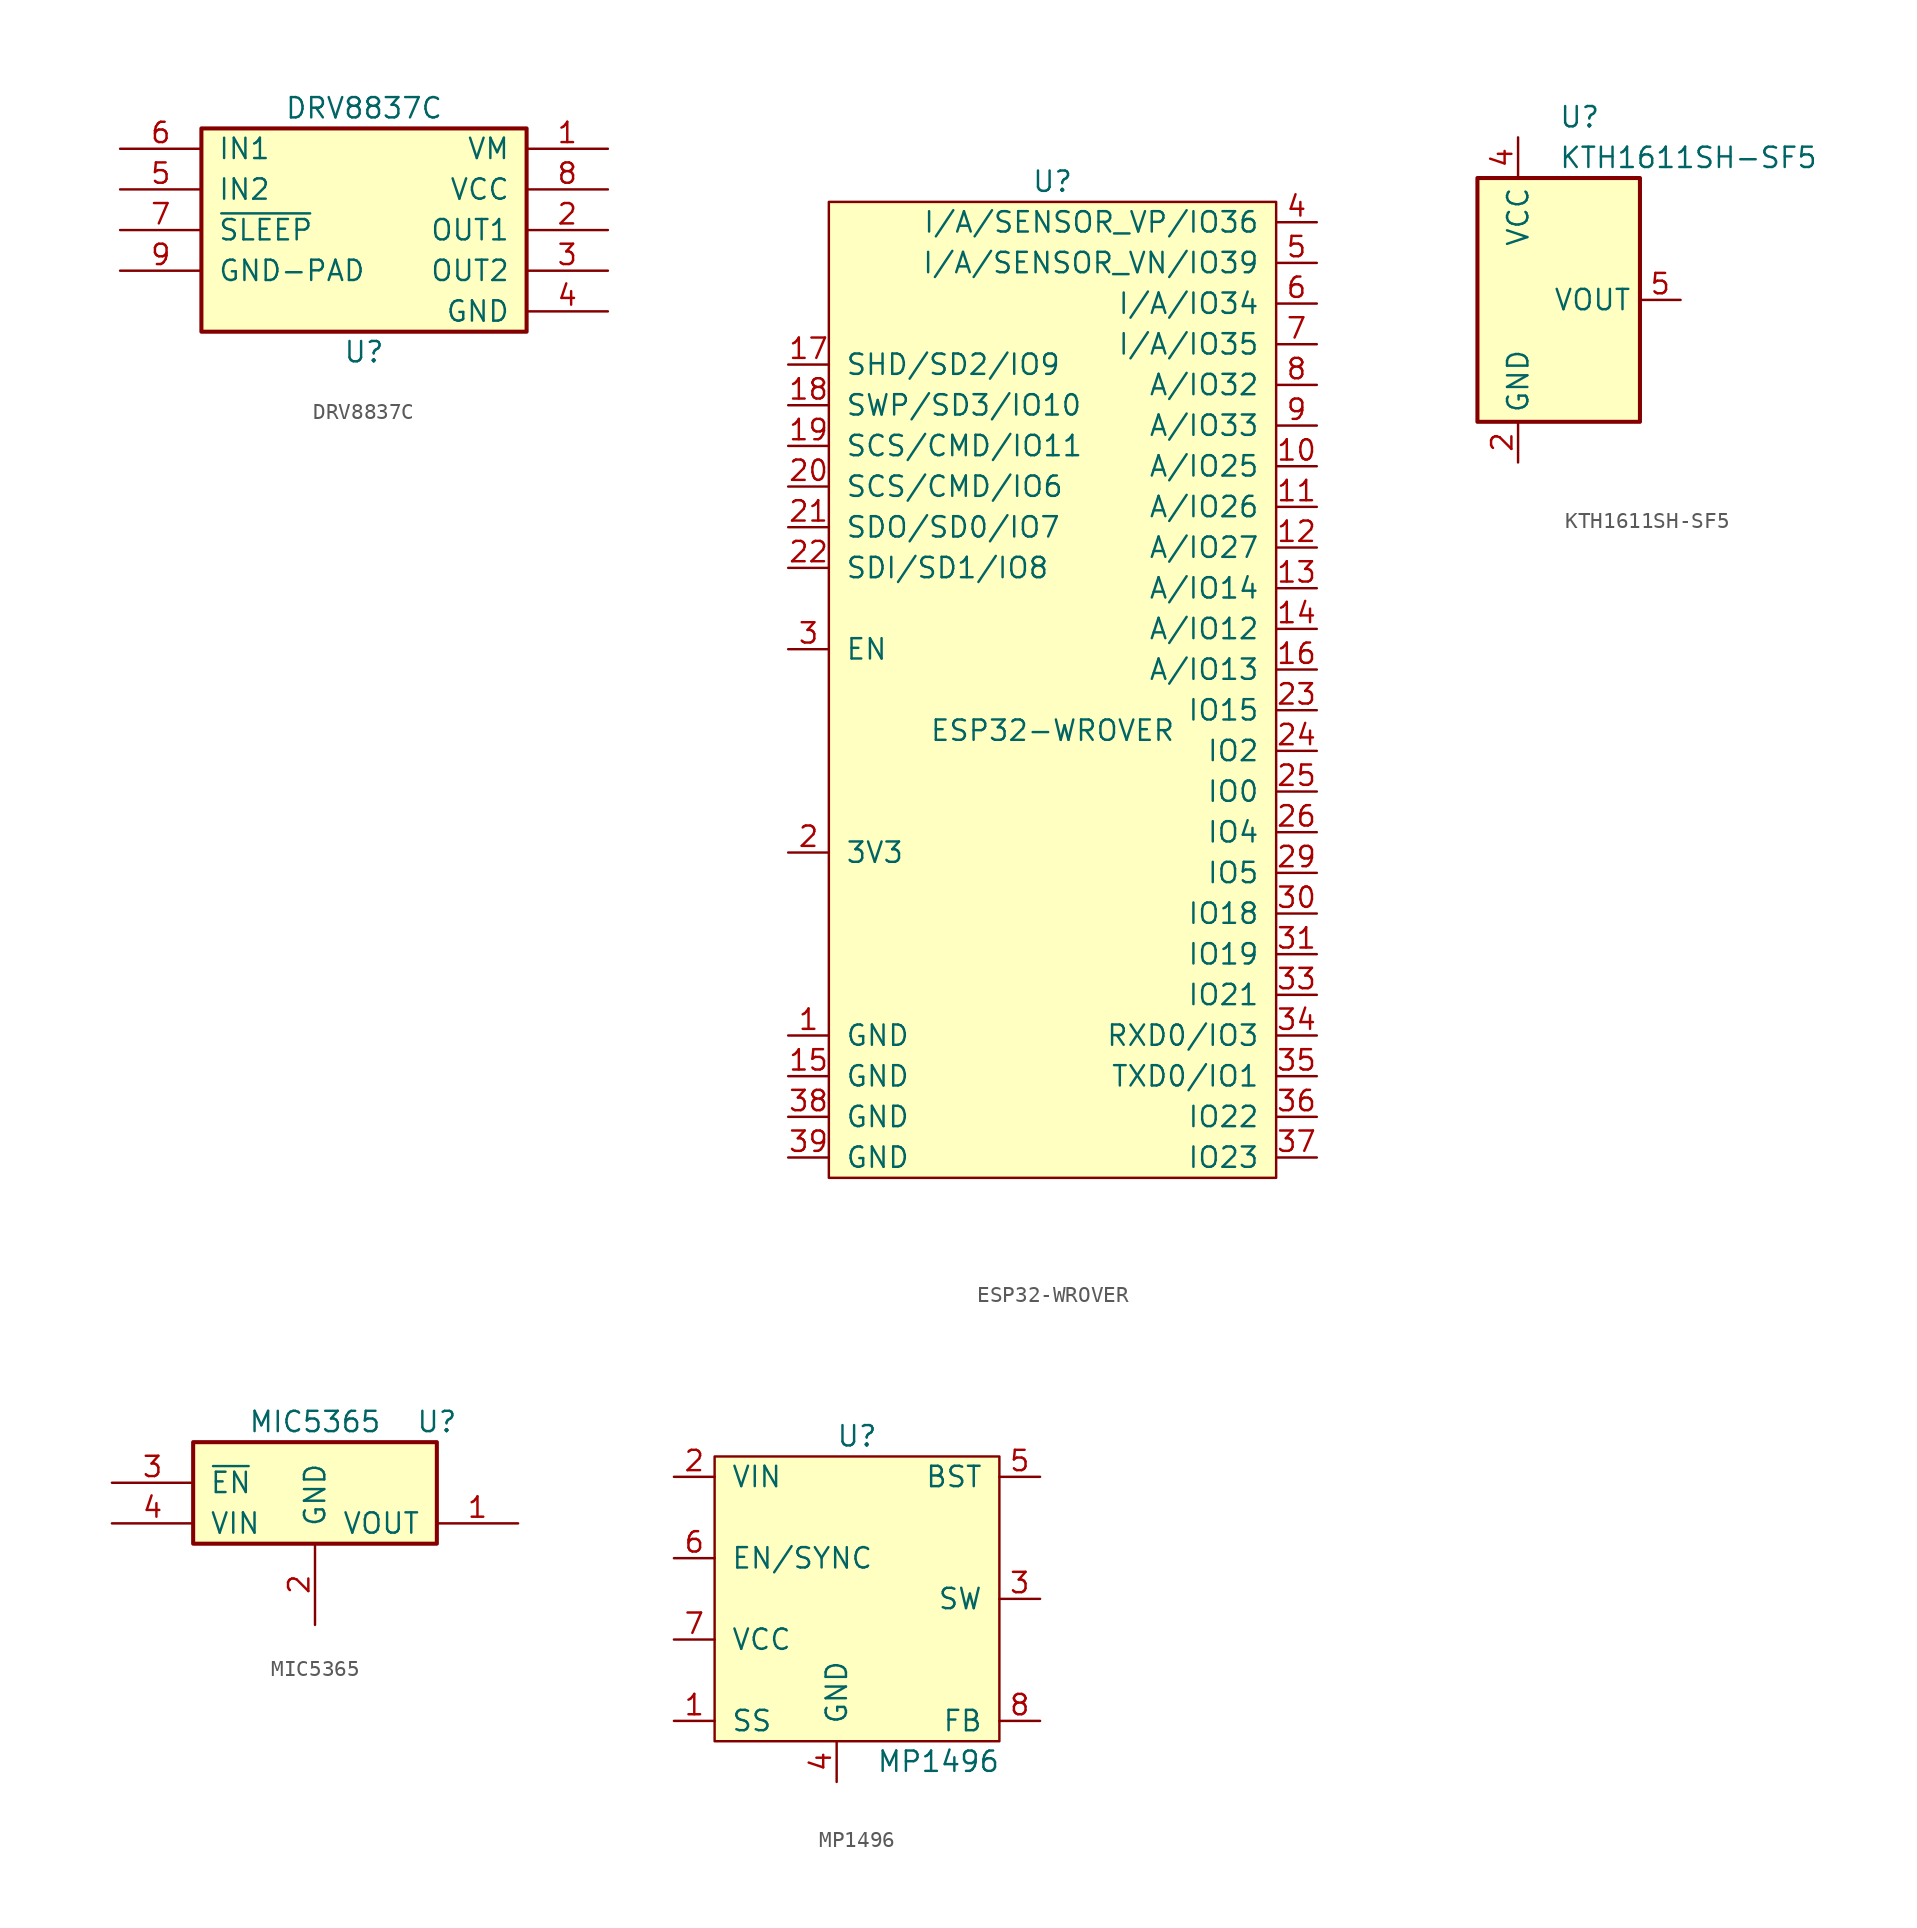
<source format=kicad_sym>
(kicad_symbol_lib
  (version 20211014)
  (generator kicad_symbol_editor)
  (symbol "DRV8837C"
    (pin_names
      (offset 1.016))
    (property "Reference" "U"
      (at 0 -7.62 0)
      (effects (font (size 1.27 1.27))))
    (property "Value" "DRV8837C"
      (at 0 7.62 0)
      (effects (font (size 1.27 1.27))))
    (symbol "DRV8837C_0_1"
      (rectangle (start -10.16 6.35) (end 10.16 -6.35) (stroke (width 0.254) (type default) (color 0 0 0 0)) (fill (type background))))
    (symbol "DRV8837C_1_1"
      (pin power_in line (at 15.24 5.08 180) (length 5.08) (name "VM" (effects (font (size 1.27 1.27)))) (number "1" (effects (font (size 1.27 1.27)))))
      (pin power_out line (at 15.24 0 180) (length 5.08) (name "OUT1" (effects (font (size 1.27 1.27)))) (number "2" (effects (font (size 1.27 1.27)))))
      (pin power_out line (at 15.24 -2.54 180) (length 5.08) (name "OUT2" (effects (font (size 1.27 1.27)))) (number "3" (effects (font (size 1.27 1.27)))))
      (pin power_in line (at 15.24 -5.08 180) (length 5.08) (name "GND" (effects (font (size 1.27 1.27)))) (number "4" (effects (font (size 1.27 1.27)))))
      (pin input line (at -15.24 2.54 0) (length 5.08) (name "IN2" (effects (font (size 1.27 1.27)))) (number "5" (effects (font (size 1.27 1.27)))))
      (pin input line (at -15.24 5.08 0) (length 5.08) (name "IN1" (effects (font (size 1.27 1.27)))) (number "6" (effects (font (size 1.27 1.27)))))
      (pin input line (at -15.24 0 0) (length 5.08) (name "~{SLEEP}" (effects (font (size 1.27 1.27)))) (number "7" (effects (font (size 1.27 1.27)))))
      (pin power_in line (at 15.24 2.54 180) (length 5.08) (name "VCC" (effects (font (size 1.27 1.27)))) (number "8" (effects (font (size 1.27 1.27)))))
      (pin power_in line (at -15.24 -2.54 0) (length 5.08) (name "GND-PAD" (effects (font (size 1.27 1.27)))) (number "9" (effects (font (size 1.27 1.27)))))))
  (symbol "ESP32-WROVER"
    (pin_names
      (offset 1.016))
    (property "Reference" "U"
      (at 0 31.75 0)
      (effects (font (size 1.27 1.27))))
    (property "Value" "ESP32-WROVER"
      (at 0 -2.54 0)
      (effects (font (size 1.27 1.27))))
    (symbol "ESP32-WROVER_0_1"
      (rectangle (start 13.97 30.48) (end -13.97 -30.48) (stroke (width 0) (type default) (color 0 0 0 0)) (fill (type background))))
    (symbol "ESP32-WROVER_1_1"
      (pin power_in line (at -16.51 -21.59 0) (length 2.54) (name "GND" (effects (font (size 1.27 1.27)))) (number "1" (effects (font (size 1.27 1.27)))))
      (pin bidirectional line (at 16.51 13.97 180) (length 2.54) (name "A/IO25" (effects (font (size 1.27 1.27)))) (number "10" (effects (font (size 1.27 1.27)))))
      (pin bidirectional line (at 16.51 11.43 180) (length 2.54) (name "A/IO26" (effects (font (size 1.27 1.27)))) (number "11" (effects (font (size 1.27 1.27)))))
      (pin bidirectional line (at 16.51 8.89 180) (length 2.54) (name "A/IO27" (effects (font (size 1.27 1.27)))) (number "12" (effects (font (size 1.27 1.27)))))
      (pin bidirectional line (at 16.51 6.35 180) (length 2.54) (name "A/IO14" (effects (font (size 1.27 1.27)))) (number "13" (effects (font (size 1.27 1.27)))))
      (pin bidirectional line (at 16.51 3.81 180) (length 2.54) (name "A/IO12" (effects (font (size 1.27 1.27)))) (number "14" (effects (font (size 1.27 1.27)))))
      (pin power_in line (at -16.51 -24.13 0) (length 2.54) (name "GND" (effects (font (size 1.27 1.27)))) (number "15" (effects (font (size 1.27 1.27)))))
      (pin bidirectional line (at 16.51 1.27 180) (length 2.54) (name "A/IO13" (effects (font (size 1.27 1.27)))) (number "16" (effects (font (size 1.27 1.27)))))
      (pin bidirectional line (at -16.51 20.32 0) (length 2.54) (name "SHD/SD2/IO9" (effects (font (size 1.27 1.27)))) (number "17" (effects (font (size 1.27 1.27)))))
      (pin bidirectional line (at -16.51 17.78 0) (length 2.54) (name "SWP/SD3/IO10" (effects (font (size 1.27 1.27)))) (number "18" (effects (font (size 1.27 1.27)))))
      (pin bidirectional line (at -16.51 15.24 0) (length 2.54) (name "SCS/CMD/IO11" (effects (font (size 1.27 1.27)))) (number "19" (effects (font (size 1.27 1.27)))))
      (pin power_in line (at -16.51 -10.16 0) (length 2.54) (name "3V3" (effects (font (size 1.27 1.27)))) (number "2" (effects (font (size 1.27 1.27)))))
      (pin bidirectional line (at -16.51 12.7 0) (length 2.54) (name "SCS/CMD/IO6" (effects (font (size 1.27 1.27)))) (number "20" (effects (font (size 1.27 1.27)))))
      (pin bidirectional line (at -16.51 10.16 0) (length 2.54) (name "SDO/SD0/IO7" (effects (font (size 1.27 1.27)))) (number "21" (effects (font (size 1.27 1.27)))))
      (pin bidirectional line (at -16.51 7.62 0) (length 2.54) (name "SDI/SD1/IO8" (effects (font (size 1.27 1.27)))) (number "22" (effects (font (size 1.27 1.27)))))
      (pin bidirectional line (at 16.51 -1.27 180) (length 2.54) (name "IO15" (effects (font (size 1.27 1.27)))) (number "23" (effects (font (size 1.27 1.27)))))
      (pin bidirectional line (at 16.51 -3.81 180) (length 2.54) (name "IO2" (effects (font (size 1.27 1.27)))) (number "24" (effects (font (size 1.27 1.27)))))
      (pin bidirectional line (at 16.51 -6.35 180) (length 2.54) (name "IO0" (effects (font (size 1.27 1.27)))) (number "25" (effects (font (size 1.27 1.27)))))
      (pin bidirectional line (at 16.51 -8.89 180) (length 2.54) (name "IO4" (effects (font (size 1.27 1.27)))) (number "26" (effects (font (size 1.27 1.27)))))
      (pin bidirectional line (at 16.51 -11.43 180) (length 2.54) (name "IO5" (effects (font (size 1.27 1.27)))) (number "29" (effects (font (size 1.27 1.27)))))
      (pin input line (at -16.51 2.54 0) (length 2.54) (name "EN" (effects (font (size 1.27 1.27)))) (number "3" (effects (font (size 1.27 1.27)))))
      (pin bidirectional line (at 16.51 -13.97 180) (length 2.54) (name "IO18" (effects (font (size 1.27 1.27)))) (number "30" (effects (font (size 1.27 1.27)))))
      (pin bidirectional line (at 16.51 -16.51 180) (length 2.54) (name "IO19" (effects (font (size 1.27 1.27)))) (number "31" (effects (font (size 1.27 1.27)))))
      (pin bidirectional line (at 16.51 -19.05 180) (length 2.54) (name "IO21" (effects (font (size 1.27 1.27)))) (number "33" (effects (font (size 1.27 1.27)))))
      (pin bidirectional line (at 16.51 -21.59 180) (length 2.54) (name "RXD0/IO3" (effects (font (size 1.27 1.27)))) (number "34" (effects (font (size 1.27 1.27)))))
      (pin bidirectional line (at 16.51 -24.13 180) (length 2.54) (name "TXD0/IO1" (effects (font (size 1.27 1.27)))) (number "35" (effects (font (size 1.27 1.27)))))
      (pin bidirectional line (at 16.51 -26.67 180) (length 2.54) (name "IO22" (effects (font (size 1.27 1.27)))) (number "36" (effects (font (size 1.27 1.27)))))
      (pin bidirectional line (at 16.51 -29.21 180) (length 2.54) (name "IO23" (effects (font (size 1.27 1.27)))) (number "37" (effects (font (size 1.27 1.27)))))
      (pin power_in line (at -16.51 -26.67 0) (length 2.54) (name "GND" (effects (font (size 1.27 1.27)))) (number "38" (effects (font (size 1.27 1.27)))))
      (pin power_in line (at -16.51 -29.21 0) (length 2.54) (name "GND" (effects (font (size 1.27 1.27)))) (number "39" (effects (font (size 1.27 1.27)))))
      (pin input line (at 16.51 29.21 180) (length 2.54) (name "I/A/SENSOR_VP/IO36" (effects (font (size 1.27 1.27)))) (number "4" (effects (font (size 1.27 1.27)))))
      (pin input line (at 16.51 26.67 180) (length 2.54) (name "I/A/SENSOR_VN/IO39" (effects (font (size 1.27 1.27)))) (number "5" (effects (font (size 1.27 1.27)))))
      (pin input line (at 16.51 24.13 180) (length 2.54) (name "I/A/IO34" (effects (font (size 1.27 1.27)))) (number "6" (effects (font (size 1.27 1.27)))))
      (pin input line (at 16.51 21.59 180) (length 2.54) (name "I/A/IO35" (effects (font (size 1.27 1.27)))) (number "7" (effects (font (size 1.27 1.27)))))
      (pin bidirectional line (at 16.51 19.05 180) (length 2.54) (name "A/IO32" (effects (font (size 1.27 1.27)))) (number "8" (effects (font (size 1.27 1.27)))))
      (pin bidirectional line (at 16.51 16.51 180) (length 2.54) (name "A/IO33" (effects (font (size 1.27 1.27)))) (number "9" (effects (font (size 1.27 1.27)))))))
  (symbol "KTH1611SH-SF5"
    (property "Reference" "U"
      (at 0 11.43 0)
      (effects (font (size 1.27 1.27)) (justify left)))
    (property "Value" "KTH1611SH-SF5"
      (at 0 8.89 0)
      (effects (font (size 1.27 1.27)) (justify left)))
    (symbol "KTH1611SH-SF5_0_1"
      (rectangle (start -5.08 7.62) (end 5.08 -7.62) (stroke (width 0.254) (type default) (color 0 0 0 0)) (fill (type background))))
    (symbol "KTH1611SH-SF5_1_1"
      (pin power_in line (at -2.54 -10.16 90) (length 2.54) (name "GND" (effects (font (size 1.27 1.27)))) (number "2" (effects (font (size 1.27 1.27)))))
      (pin power_in line (at -2.54 10.16 270) (length 2.54) (name "VCC" (effects (font (size 1.27 1.27)))) (number "4" (effects (font (size 1.27 1.27)))))
      (pin output line (at 7.62 0 180) (length 2.54) (name "VOUT" (effects (font (size 1.27 1.27)))) (number "5" (effects (font (size 1.27 1.27)))))))
  (symbol "MIC5365"
    (pin_names
      (offset 1.016))
    (property "Reference" "U"
      (at 7.62 6.35 0)
      (effects (font (size 1.27 1.27))))
    (property "Value" "MIC5365"
      (at 0 6.35 0)
      (effects (font (size 1.27 1.27))))
    (symbol "MIC5365_0_1"
      (rectangle (start -7.62 5.08) (end 7.62 -1.27) (stroke (width 0.254) (type default) (color 0 0 0 0)) (fill (type background))))
    (symbol "MIC5365_1_1"
      (pin power_out line (at 12.7 0 180) (length 5.08) (name "VOUT" (effects (font (size 1.27 1.27)))) (number "1" (effects (font (size 1.27 1.27)))))
      (pin passive line (at 0 -6.35 90) (length 5.08) (name "GND" (effects (font (size 1.27 1.27)))) (number "2" (effects (font (size 1.27 1.27)))))
      (pin passive line (at -12.7 2.54 0) (length 5.08) (name "~{EN}" (effects (font (size 1.27 1.27)))) (number "3" (effects (font (size 1.27 1.27)))))
      (pin power_in line (at -12.7 0 0) (length 5.08) (name "VIN" (effects (font (size 1.27 1.27)))) (number "4" (effects (font (size 1.27 1.27)))))))
  (symbol "MP1496"
    (pin_names
      (offset 1.016))
    (property "Reference" "U"
      (at 0 6.35 0)
      (effects (font (size 1.27 1.27))))
    (property "Value" "MP1496"
      (at 5.08 -13.97 0)
      (effects (font (size 1.27 1.27))))
    (symbol "MP1496_0_1"
      (rectangle (start -8.89 5.08) (end 8.89 -12.7) (stroke (width 0) (type default) (color 0 0 0 0)) (fill (type background))))
    (symbol "MP1496_1_1"
      (pin passive line (at -11.43 -11.43 0) (length 2.54) (name "SS" (effects (font (size 1.27 1.27)))) (number "1" (effects (font (size 1.27 1.27)))))
      (pin power_in line (at -11.43 3.81 0) (length 2.54) (name "VIN" (effects (font (size 1.27 1.27)))) (number "2" (effects (font (size 1.27 1.27)))))
      (pin passive line (at 11.43 -3.81 180) (length 2.54) (name "SW" (effects (font (size 1.27 1.27)))) (number "3" (effects (font (size 1.27 1.27)))))
      (pin input line (at -1.27 -15.24 90) (length 2.54) (name "GND" (effects (font (size 1.27 1.27)))) (number "4" (effects (font (size 1.27 1.27)))))
      (pin passive line (at 11.43 3.81 180) (length 2.54) (name "BST" (effects (font (size 1.27 1.27)))) (number "5" (effects (font (size 1.27 1.27)))))
      (pin input line (at -11.43 -1.27 0) (length 2.54) (name "EN/SYNC" (effects (font (size 1.27 1.27)))) (number "6" (effects (font (size 1.27 1.27)))))
      (pin power_out line (at -11.43 -6.35 0) (length 2.54) (name "VCC" (effects (font (size 1.27 1.27)))) (number "7" (effects (font (size 1.27 1.27)))))
      (pin input line (at 11.43 -11.43 180) (length 2.54) (name "FB" (effects (font (size 1.27 1.27)))) (number "8" (effects (font (size 1.27 1.27))))))))
</source>
